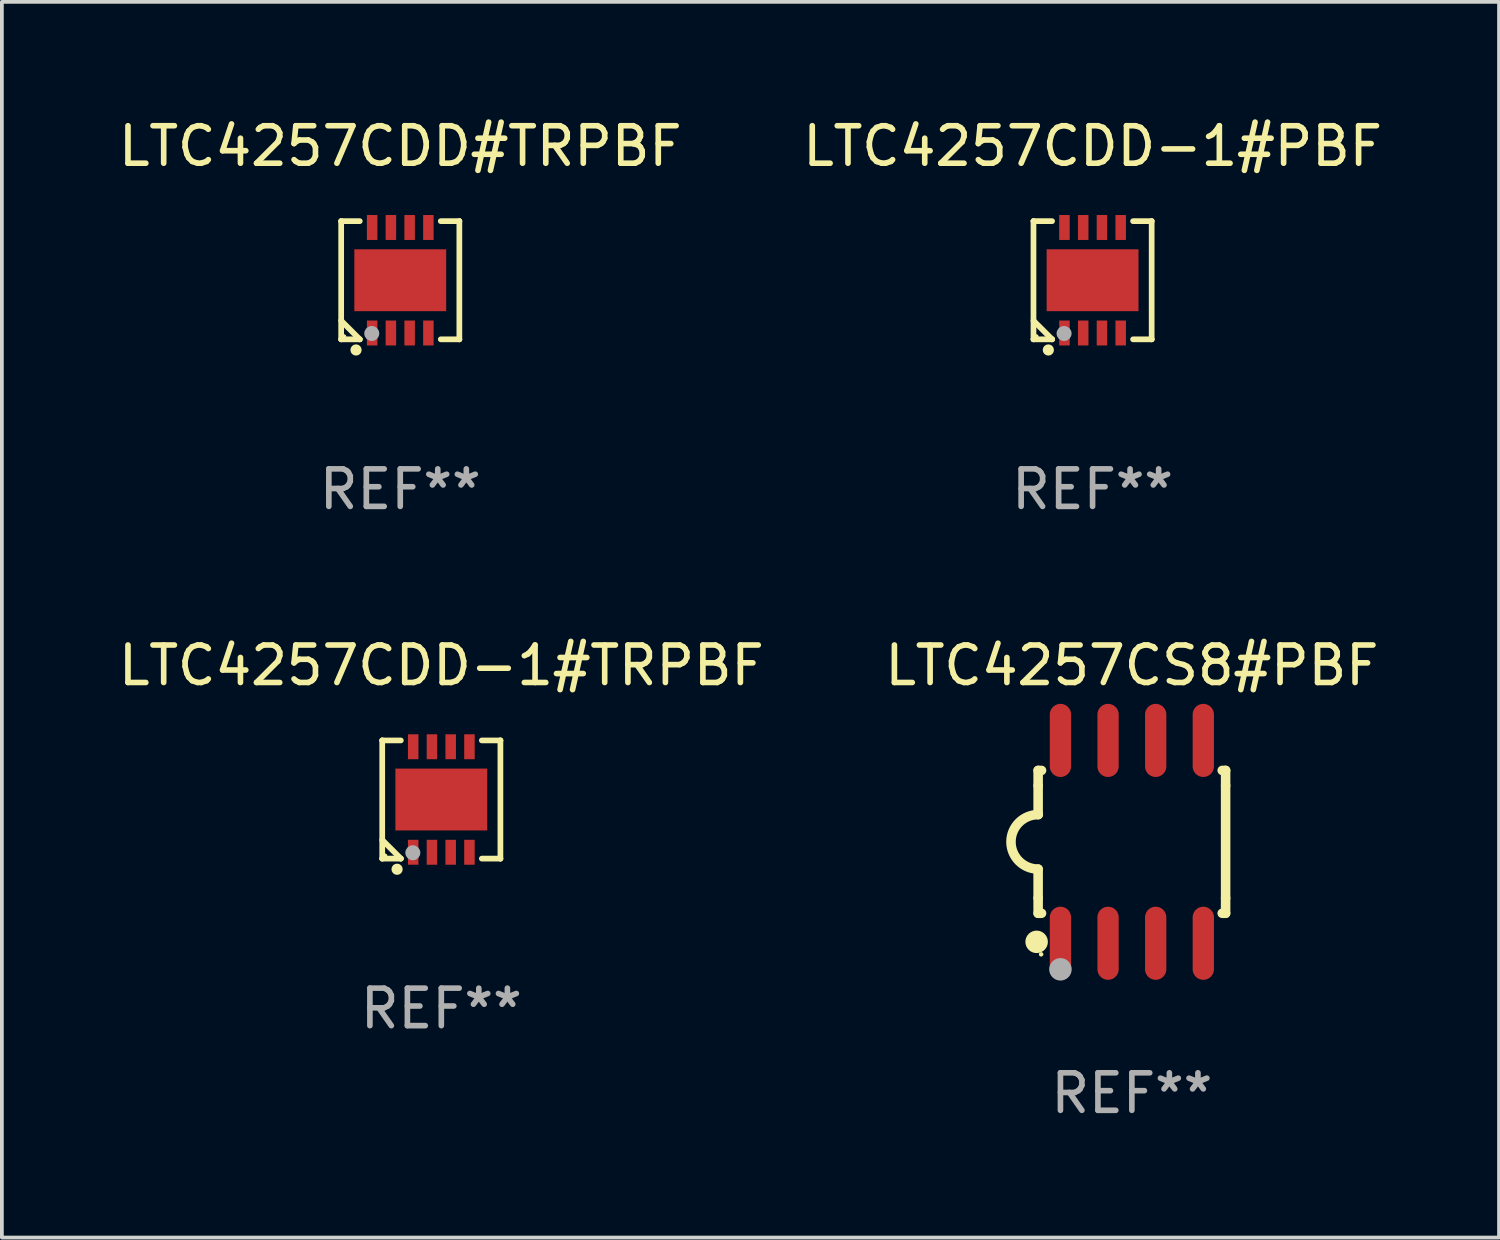
<source format=kicad_pcb>
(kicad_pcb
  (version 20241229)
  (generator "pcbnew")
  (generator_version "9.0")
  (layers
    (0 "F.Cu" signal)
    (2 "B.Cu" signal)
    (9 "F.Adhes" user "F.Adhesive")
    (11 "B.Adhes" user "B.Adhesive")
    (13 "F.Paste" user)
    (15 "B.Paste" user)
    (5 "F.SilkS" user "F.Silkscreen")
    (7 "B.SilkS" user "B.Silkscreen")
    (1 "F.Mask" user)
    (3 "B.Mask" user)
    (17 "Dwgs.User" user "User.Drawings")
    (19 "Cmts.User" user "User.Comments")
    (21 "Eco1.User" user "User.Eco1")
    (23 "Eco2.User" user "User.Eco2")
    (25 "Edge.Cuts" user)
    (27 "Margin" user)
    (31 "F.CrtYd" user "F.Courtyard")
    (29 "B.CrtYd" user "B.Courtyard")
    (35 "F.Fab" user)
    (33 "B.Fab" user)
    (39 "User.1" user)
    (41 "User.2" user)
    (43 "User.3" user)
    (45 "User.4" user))
  (footprint "LTC4257CDD#TRPBF"
    (layer "F.Cu")
    (at 7.625 4.424)
    (property "Reference" "LTC4257CDD#TRPBF" (at 0 -3.576 0) (layer "F.SilkS") (effects (font (size 1 1) (thickness 0.15))))
    (attr through_hole)
    (fp_line (start -1.576 -1.576) (end -1.576 -1.576) (stroke (width 0.152) (type solid)) (layer "F.SilkS"))
    (fp_line (start -1.576 -1.576) (end -1.08 -1.576) (stroke (width 0.152) (type solid)) (layer "F.SilkS"))
    (fp_line (start -1.576 1.576) (end -1.576 -1.576) (stroke (width 0.152) (type solid)) (layer "F.SilkS"))
    (fp_line (start -1.576 1.576) (end -1.576 1.576) (stroke (width 0.152) (type solid)) (layer "F.SilkS"))
    (fp_line (start -1.08 1.575) (end -1.576 1.079) (stroke (width 0.152) (type solid)) (layer "F.SilkS"))
    (fp_line (start -1.08 1.576) (end -1.576 1.576) (stroke (width 0.152) (type solid)) (layer "F.SilkS"))
    (fp_line (start -1.08 1.576) (end -1.08 1.575) (stroke (width 0.152) (type solid)) (layer "F.SilkS"))
    (fp_line (start 1.08 1.576) (end 1.576 1.576) (stroke (width 0.152) (type solid)) (layer "F.SilkS"))
    (fp_line (start 1.576 -1.576) (end 1.08 -1.576) (stroke (width 0.152) (type solid)) (layer "F.SilkS"))
    (fp_line (start 1.576 -1.576) (end 1.576 -1.576) (stroke (width 0.152) (type solid)) (layer "F.SilkS"))
    (fp_line (start 1.576 1.576) (end 1.576 -1.576) (stroke (width 0.152) (type solid)) (layer "F.SilkS"))
    (fp_line (start 1.576 1.576) (end 1.576 1.576) (stroke (width 0.152) (type solid)) (layer "F.SilkS"))
    (fp_circle (center -1.5 1.5) (end -1.47 1.5) (stroke (width 0.06) (type solid)) (fill no) (layer "F.SilkS"))
    (fp_circle (center -1.18 1.86) (end -1.105 1.86) (stroke (width 0.15) (type solid)) (fill no) (layer "F.SilkS"))
    (fp_circle (center -0.76 1.42) (end -0.66 1.42) (stroke (width 0.2) (type solid)) (fill no) (layer "F.Fab"))
    (fp_text user "REF**" (at 0 5.576 0) (layer "F.Fab") (effects (font (size 1 1) (thickness 0.15))))
    (pad "1" smd rect (at -0.75 1.407) (size 0.28 0.665) (layers "F.Cu" "F.Mask" "F.Paste"))
    (pad "2" smd rect (at -0.25 1.407) (size 0.28 0.665) (layers "F.Cu" "F.Mask" "F.Paste"))
    (pad "3" smd rect (at 0.25 1.407) (size 0.28 0.665) (layers "F.Cu" "F.Mask" "F.Paste"))
    (pad "4" smd rect (at 0.75 1.407) (size 0.28 0.665) (layers "F.Cu" "F.Mask" "F.Paste"))
    (pad "5" smd rect (at 0.75 -1.407) (size 0.28 0.665) (layers "F.Cu" "F.Mask" "F.Paste"))
    (pad "6" smd rect (at 0.25 -1.407) (size 0.28 0.665) (layers "F.Cu" "F.Mask" "F.Paste"))
    (pad "7" smd rect (at -0.25 -1.407) (size 0.28 0.665) (layers "F.Cu" "F.Mask" "F.Paste"))
    (pad "8" smd rect (at -0.75 -1.407) (size 0.28 0.665) (layers "F.Cu" "F.Mask" "F.Paste"))
    (pad "9" smd rect (at 0 0) (size 2.45 1.65) (layers "F.Cu" "F.Mask" "F.Paste")))
  (footprint "LTC4257CDD-1#TRPBF"
    (layer "F.Cu")
    (at 8.72 18.273)
    (property "Reference" "LTC4257CDD-1#TRPBF" (at 0 -3.576 0) (layer "F.SilkS") (effects (font (size 1 1) (thickness 0.15))))
    (attr through_hole)
    (fp_line (start -1.576 -1.576) (end -1.576 -1.576) (stroke (width 0.152) (type solid)) (layer "F.SilkS"))
    (fp_line (start -1.576 -1.576) (end -1.08 -1.576) (stroke (width 0.152) (type solid)) (layer "F.SilkS"))
    (fp_line (start -1.576 1.576) (end -1.576 -1.576) (stroke (width 0.152) (type solid)) (layer "F.SilkS"))
    (fp_line (start -1.576 1.576) (end -1.576 1.576) (stroke (width 0.152) (type solid)) (layer "F.SilkS"))
    (fp_line (start -1.08 1.575) (end -1.576 1.079) (stroke (width 0.152) (type solid)) (layer "F.SilkS"))
    (fp_line (start -1.08 1.576) (end -1.576 1.576) (stroke (width 0.152) (type solid)) (layer "F.SilkS"))
    (fp_line (start -1.08 1.576) (end -1.08 1.575) (stroke (width 0.152) (type solid)) (layer "F.SilkS"))
    (fp_line (start 1.08 1.576) (end 1.576 1.576) (stroke (width 0.152) (type solid)) (layer "F.SilkS"))
    (fp_line (start 1.576 -1.576) (end 1.08 -1.576) (stroke (width 0.152) (type solid)) (layer "F.SilkS"))
    (fp_line (start 1.576 -1.576) (end 1.576 -1.576) (stroke (width 0.152) (type solid)) (layer "F.SilkS"))
    (fp_line (start 1.576 1.576) (end 1.576 -1.576) (stroke (width 0.152) (type solid)) (layer "F.SilkS"))
    (fp_line (start 1.576 1.576) (end 1.576 1.576) (stroke (width 0.152) (type solid)) (layer "F.SilkS"))
    (fp_circle (center -1.5 1.5) (end -1.47 1.5) (stroke (width 0.06) (type solid)) (fill no) (layer "F.SilkS"))
    (fp_circle (center -1.18 1.86) (end -1.105 1.86) (stroke (width 0.15) (type solid)) (fill no) (layer "F.SilkS"))
    (fp_circle (center -0.76 1.42) (end -0.66 1.42) (stroke (width 0.2) (type solid)) (fill no) (layer "F.Fab"))
    (fp_text user "REF**" (at 0 5.576 0) (layer "F.Fab") (effects (font (size 1 1) (thickness 0.15))))
    (pad "1" smd rect (at -0.75 1.407) (size 0.28 0.665) (layers "F.Cu" "F.Mask" "F.Paste"))
    (pad "2" smd rect (at -0.25 1.407) (size 0.28 0.665) (layers "F.Cu" "F.Mask" "F.Paste"))
    (pad "3" smd rect (at 0.25 1.407) (size 0.28 0.665) (layers "F.Cu" "F.Mask" "F.Paste"))
    (pad "4" smd rect (at 0.75 1.407) (size 0.28 0.665) (layers "F.Cu" "F.Mask" "F.Paste"))
    (pad "5" smd rect (at 0.75 -1.407) (size 0.28 0.665) (layers "F.Cu" "F.Mask" "F.Paste"))
    (pad "6" smd rect (at 0.25 -1.407) (size 0.28 0.665) (layers "F.Cu" "F.Mask" "F.Paste"))
    (pad "7" smd rect (at -0.25 -1.407) (size 0.28 0.665) (layers "F.Cu" "F.Mask" "F.Paste"))
    (pad "8" smd rect (at -0.75 -1.407) (size 0.28 0.665) (layers "F.Cu" "F.Mask" "F.Paste"))
    (pad "9" smd rect (at 0 0) (size 2.45 1.65) (layers "F.Cu" "F.Mask" "F.Paste")))
  (footprint "LTC4257CS8#PBF"
    (layer "F.Cu")
    (at 27.137 19.402)
    (property "Reference" "LTC4257CS8#PBF" (at 0 -4.705 0) (layer "F.SilkS") (effects (font (size 1 1) (thickness 0.15))))
    (attr through_hole)
    (fp_line (start -2.5 -1.905) (end -2.409 -1.905) (stroke (width 0.254) (type solid)) (layer "F.SilkS"))
    (fp_line (start -2.5 -1.5) (end -2.5 -1.905) (stroke (width 0.254) (type solid)) (layer "F.SilkS"))
    (fp_line (start -2.5 -1.5) (end -2.5 -0.726) (stroke (width 0.254) (type solid)) (layer "F.SilkS"))
    (fp_line (start -2.5 1.5) (end -2.5 0.727) (stroke (width 0.254) (type solid)) (layer "F.SilkS"))
    (fp_line (start -2.5 1.5) (end -2.5 1.905) (stroke (width 0.254) (type solid)) (layer "F.SilkS"))
    (fp_line (start -2.5 1.905) (end -2.409 1.905) (stroke (width 0.254) (type solid)) (layer "F.SilkS"))
    (fp_line (start 2.5 -1.905) (end 2.409 -1.905) (stroke (width 0.254) (type solid)) (layer "F.SilkS"))
    (fp_line (start 2.5 -1.5) (end 2.5 -1.905) (stroke (width 0.254) (type solid)) (layer "F.SilkS"))
    (fp_line (start 2.5 -1.5) (end 2.5 1.5) (stroke (width 0.254) (type solid)) (layer "F.SilkS"))
    (fp_line (start 2.5 1.5) (end 2.5 1.905) (stroke (width 0.254) (type solid)) (layer "F.SilkS"))
    (fp_line (start 2.5 1.905) (end 2.409 1.905) (stroke (width 0.254) (type solid)) (layer "F.SilkS"))
    (fp_arc (start -2.5 0.726568) (mid -3.220316 -0.0023) (end -2.495097 -0.726289) (stroke (width 0.254001) (type solid)) (layer "F.SilkS"))
    (fp_circle (center -2.54 2.667) (end -2.39 2.667) (stroke (width 0.3) (type solid)) (fill no) (layer "F.SilkS"))
    (fp_circle (center -2.42 3) (end -2.39 3) (stroke (width 0.06) (type solid)) (fill no) (layer "F.SilkS"))
    (fp_circle (center -1.905 3.4) (end -1.755 3.4) (stroke (width 0.3) (type solid)) (fill no) (layer "F.Fab"))
    (fp_text user "REF**" (at 0 6.705 0) (layer "F.Fab") (effects (font (size 1 1) (thickness 0.15))))
    (pad "1" smd oval (at -1.905 2.705) (size 0.568 1.95) (layers "F.Cu" "F.Mask" "F.Paste"))
    (pad "2" smd oval (at -0.635 2.705) (size 0.568 1.95) (layers "F.Cu" "F.Mask" "F.Paste"))
    (pad "3" smd oval (at 0.635 2.705) (size 0.568 1.95) (layers "F.Cu" "F.Mask" "F.Paste"))
    (pad "4" smd oval (at 1.905 2.705) (size 0.568 1.95) (layers "F.Cu" "F.Mask" "F.Paste"))
    (pad "5" smd oval (at 1.905 -2.705) (size 0.568 1.95) (layers "F.Cu" "F.Mask" "F.Paste"))
    (pad "6" smd oval (at 0.635 -2.705) (size 0.568 1.95) (layers "F.Cu" "F.Mask" "F.Paste"))
    (pad "7" smd oval (at -0.635 -2.705) (size 0.568 1.95) (layers "F.Cu" "F.Mask" "F.Paste"))
    (pad "8" smd oval (at -1.905 -2.705) (size 0.568 1.95) (layers "F.Cu" "F.Mask" "F.Paste")))
  (footprint "LTC4257CDD-1#PBF"
    (layer "F.Cu")
    (at 26.089 4.424)
    (property "Reference" "LTC4257CDD-1#PBF" (at 0 -3.576 0) (layer "F.SilkS") (effects (font (size 1 1) (thickness 0.15))))
    (attr through_hole)
    (fp_line (start -1.576 -1.576) (end -1.576 -1.576) (stroke (width 0.152) (type solid)) (layer "F.SilkS"))
    (fp_line (start -1.576 -1.576) (end -1.08 -1.576) (stroke (width 0.152) (type solid)) (layer "F.SilkS"))
    (fp_line (start -1.576 1.576) (end -1.576 -1.576) (stroke (width 0.152) (type solid)) (layer "F.SilkS"))
    (fp_line (start -1.576 1.576) (end -1.576 1.576) (stroke (width 0.152) (type solid)) (layer "F.SilkS"))
    (fp_line (start -1.08 1.575) (end -1.576 1.079) (stroke (width 0.152) (type solid)) (layer "F.SilkS"))
    (fp_line (start -1.08 1.576) (end -1.576 1.576) (stroke (width 0.152) (type solid)) (layer "F.SilkS"))
    (fp_line (start -1.08 1.576) (end -1.08 1.575) (stroke (width 0.152) (type solid)) (layer "F.SilkS"))
    (fp_line (start 1.08 1.576) (end 1.576 1.576) (stroke (width 0.152) (type solid)) (layer "F.SilkS"))
    (fp_line (start 1.576 -1.576) (end 1.08 -1.576) (stroke (width 0.152) (type solid)) (layer "F.SilkS"))
    (fp_line (start 1.576 -1.576) (end 1.576 -1.576) (stroke (width 0.152) (type solid)) (layer "F.SilkS"))
    (fp_line (start 1.576 1.576) (end 1.576 -1.576) (stroke (width 0.152) (type solid)) (layer "F.SilkS"))
    (fp_line (start 1.576 1.576) (end 1.576 1.576) (stroke (width 0.152) (type solid)) (layer "F.SilkS"))
    (fp_circle (center -1.5 1.5) (end -1.47 1.5) (stroke (width 0.06) (type solid)) (fill no) (layer "F.SilkS"))
    (fp_circle (center -1.18 1.86) (end -1.105 1.86) (stroke (width 0.15) (type solid)) (fill no) (layer "F.SilkS"))
    (fp_circle (center -0.76 1.42) (end -0.66 1.42) (stroke (width 0.2) (type solid)) (fill no) (layer "F.Fab"))
    (fp_text user "REF**" (at 0 5.576 0) (layer "F.Fab") (effects (font (size 1 1) (thickness 0.15))))
    (pad "1" smd rect (at -0.75 1.407) (size 0.28 0.665) (layers "F.Cu" "F.Mask" "F.Paste"))
    (pad "2" smd rect (at -0.25 1.407) (size 0.28 0.665) (layers "F.Cu" "F.Mask" "F.Paste"))
    (pad "3" smd rect (at 0.25 1.407) (size 0.28 0.665) (layers "F.Cu" "F.Mask" "F.Paste"))
    (pad "4" smd rect (at 0.75 1.407) (size 0.28 0.665) (layers "F.Cu" "F.Mask" "F.Paste"))
    (pad "5" smd rect (at 0.75 -1.407) (size 0.28 0.665) (layers "F.Cu" "F.Mask" "F.Paste"))
    (pad "6" smd rect (at 0.25 -1.407) (size 0.28 0.665) (layers "F.Cu" "F.Mask" "F.Paste"))
    (pad "7" smd rect (at -0.25 -1.407) (size 0.28 0.665) (layers "F.Cu" "F.Mask" "F.Paste"))
    (pad "8" smd rect (at -0.75 -1.407) (size 0.28 0.665) (layers "F.Cu" "F.Mask" "F.Paste"))
    (pad "9" smd rect (at 0 0) (size 2.45 1.65) (layers "F.Cu" "F.Mask" "F.Paste")))
  (gr_rect
    (start -3 -3)
    (end 36.929 29.956)
    (stroke (width 0.1) (type default))
    (fill no)
    (layer "Edge.Cuts")))
</source>
